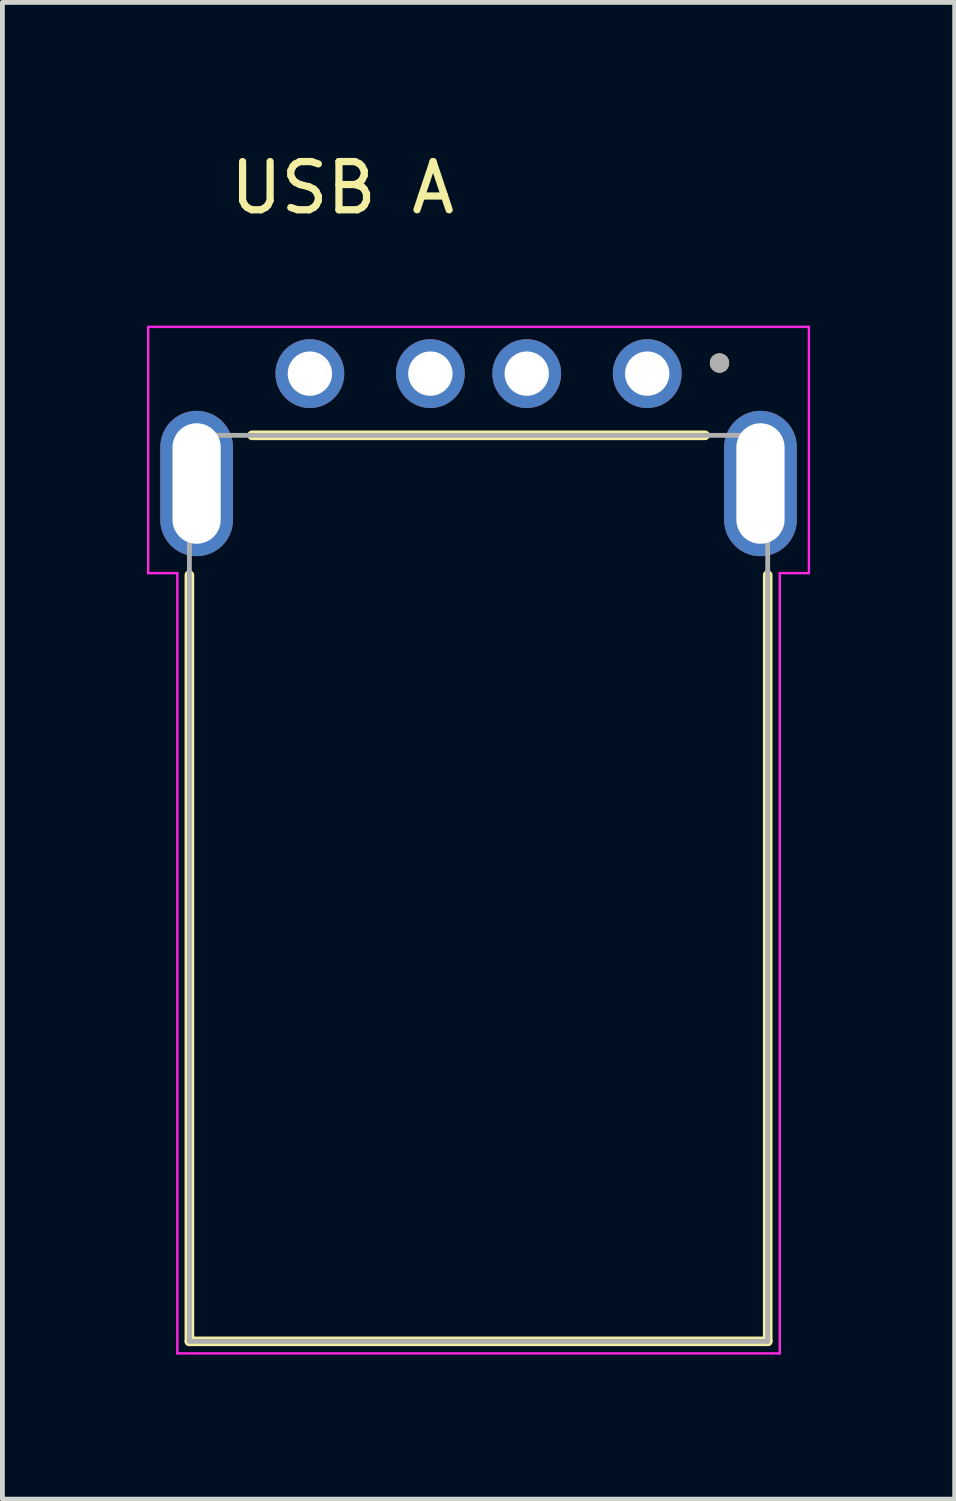
<source format=kicad_pcb>
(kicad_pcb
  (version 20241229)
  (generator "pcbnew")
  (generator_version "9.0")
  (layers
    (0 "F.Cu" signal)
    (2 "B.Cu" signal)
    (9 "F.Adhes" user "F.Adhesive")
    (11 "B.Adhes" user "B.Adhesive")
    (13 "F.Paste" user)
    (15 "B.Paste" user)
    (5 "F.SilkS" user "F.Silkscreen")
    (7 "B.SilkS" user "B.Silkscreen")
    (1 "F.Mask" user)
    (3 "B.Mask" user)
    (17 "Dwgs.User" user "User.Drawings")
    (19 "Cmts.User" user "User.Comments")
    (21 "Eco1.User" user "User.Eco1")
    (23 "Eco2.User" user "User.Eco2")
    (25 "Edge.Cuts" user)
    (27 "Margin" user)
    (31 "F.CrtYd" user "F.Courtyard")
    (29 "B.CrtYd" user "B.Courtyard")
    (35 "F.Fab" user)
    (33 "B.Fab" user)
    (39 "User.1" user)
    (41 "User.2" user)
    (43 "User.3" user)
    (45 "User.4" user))
  (footprint "USB A"
    (layer "F.Cu")
    (at 6.88 6.983)
    (property "Reference" "USB A" (at -2.825 -6.135 0) (layer "F.SilkS") (effects (font (size 1 1) (thickness 0.15))))
    (attr through_hole)
    (fp_line (start -6 17.8) (end -6 1.9) (stroke (width 0.2) (type solid)) (layer "F.SilkS"))
    (fp_line (start -4.7 -1) (end 4.7 -1) (stroke (width 0.2) (type solid)) (layer "F.SilkS"))
    (fp_line (start 6 1.9) (end 6 17.8) (stroke (width 0.2) (type solid)) (layer "F.SilkS"))
    (fp_line (start 6 17.8) (end -6 17.8) (stroke (width 0.2) (type solid)) (layer "F.SilkS"))
    (fp_circle (center 5 -2.5) (end 5.1 -2.5) (stroke (width 0.2) (type solid)) (fill no) (layer "F.SilkS"))
    (fp_line (start -6.855 -3.25) (end 6.855 -3.25) (stroke (width 0.05) (type solid)) (layer "F.CrtYd"))
    (fp_line (start -6.855 1.86) (end -6.855 -3.25) (stroke (width 0.05) (type solid)) (layer "F.CrtYd"))
    (fp_line (start -6.25 1.86) (end -6.855 1.86) (stroke (width 0.05) (type solid)) (layer "F.CrtYd"))
    (fp_line (start -6.25 18.05) (end -6.25 1.86) (stroke (width 0.05) (type solid)) (layer "F.CrtYd"))
    (fp_line (start 6.25 1.86) (end 6.25 18.05) (stroke (width 0.05) (type solid)) (layer "F.CrtYd"))
    (fp_line (start 6.25 18.05) (end -6.25 18.05) (stroke (width 0.05) (type solid)) (layer "F.CrtYd"))
    (fp_line (start 6.855 -3.25) (end 6.855 1.86) (stroke (width 0.05) (type solid)) (layer "F.CrtYd"))
    (fp_line (start 6.855 1.86) (end 6.25 1.86) (stroke (width 0.05) (type solid)) (layer "F.CrtYd"))
    (fp_line (start -6 -1) (end 6 -1) (stroke (width 0.1) (type solid)) (layer "F.Fab"))
    (fp_line (start -6 17.8) (end -6 -1) (stroke (width 0.1) (type solid)) (layer "F.Fab"))
    (fp_line (start 6 -1) (end 6 17.8) (stroke (width 0.1) (type solid)) (layer "F.Fab"))
    (fp_line (start 6 17.8) (end -6 17.8) (stroke (width 0.1) (type solid)) (layer "F.Fab"))
    (fp_circle (center 5 -2.5) (end 5.1 -2.5) (stroke (width 0.2) (type solid)) (fill no) (layer "F.Fab"))
    (pad "1" thru_hole circle (at 3.5 -2.28) (size 1.428 1.428) (drill 0.92) (layers "*.Cu" "*.Mask"))
    (pad "2" thru_hole circle (at 1 -2.28) (size 1.428 1.428) (drill 0.92) (layers "*.Cu" "*.Mask"))
    (pad "3" thru_hole circle (at -1 -2.28) (size 1.428 1.428) (drill 0.92) (layers "*.Cu" "*.Mask"))
    (pad "4" thru_hole circle (at -3.5 -2.28) (size 1.428 1.428) (drill 0.92) (layers "*.Cu" "*.Mask"))
    (pad "5" thru_hole oval (at -5.85 0) (size 1.508 3.016) (drill oval 1 2.5) (layers "*.Cu" "*.Mask"))
    (pad "5" thru_hole oval (at 5.85 0) (size 1.508 3.016) (drill oval 1 2.5) (layers "*.Cu" "*.Mask")))
  (gr_rect
    (start -3 -3)
    (end 16.76 28.058)
    (stroke (width 0.1) (type default))
    (fill no)
    (layer "Edge.Cuts")))
</source>
